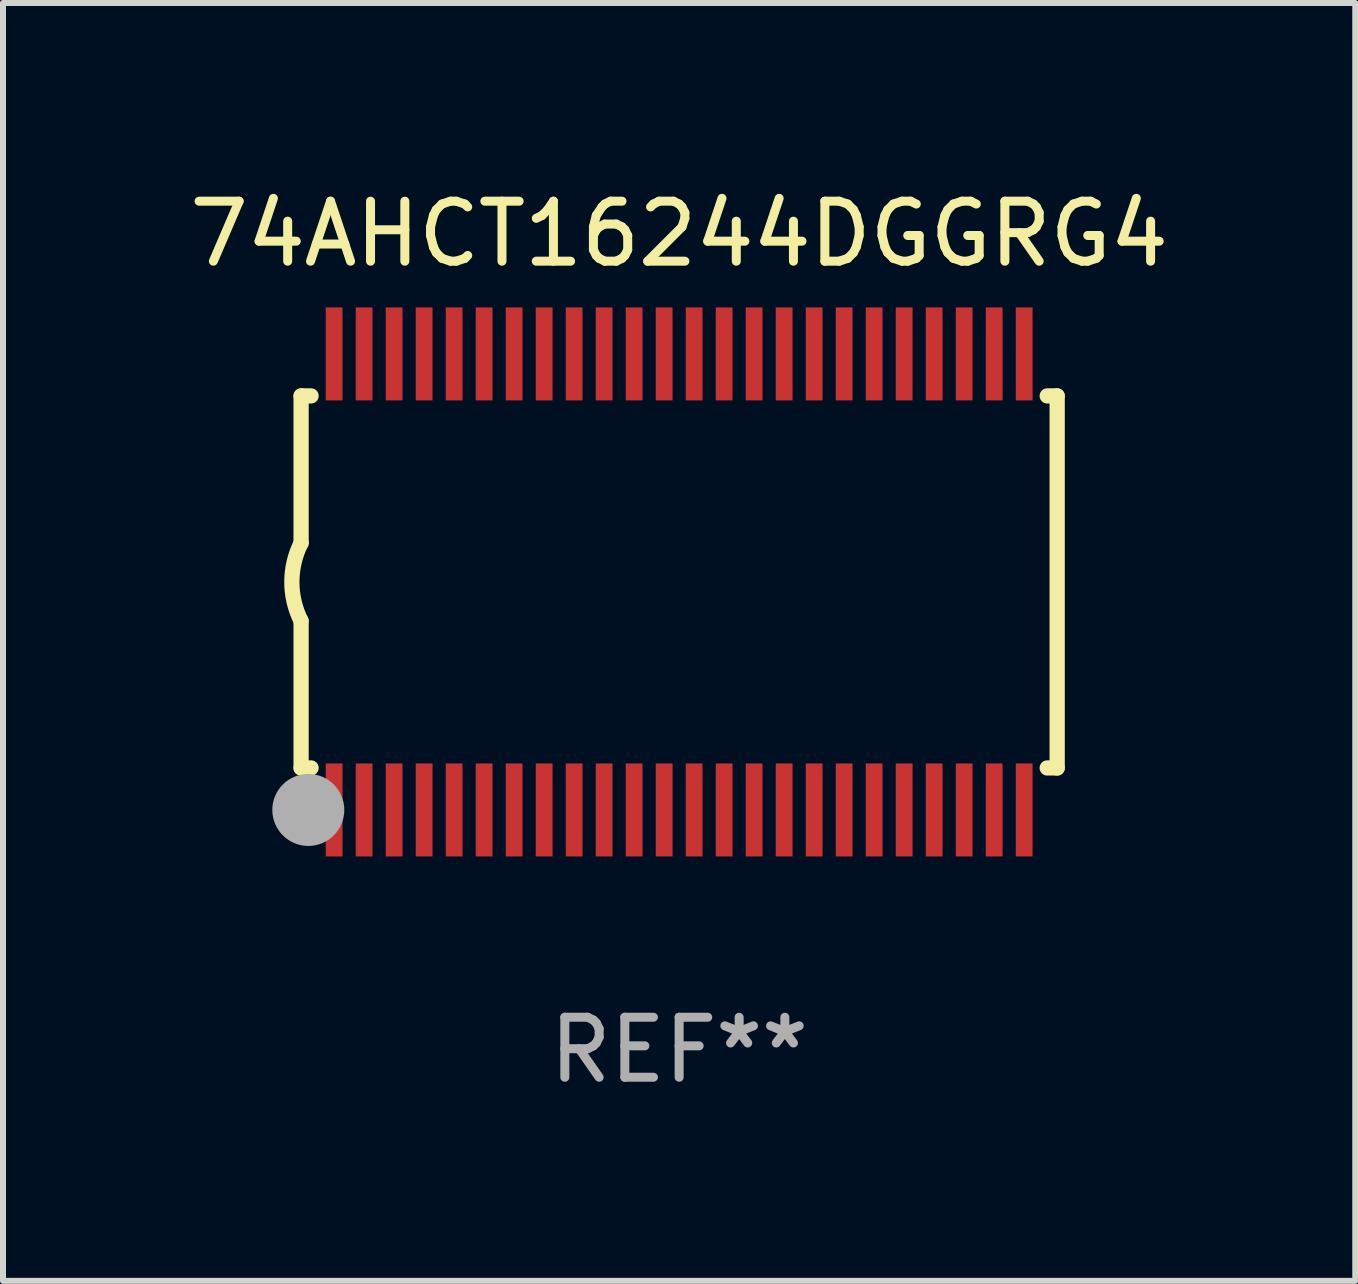
<source format=kicad_pcb>
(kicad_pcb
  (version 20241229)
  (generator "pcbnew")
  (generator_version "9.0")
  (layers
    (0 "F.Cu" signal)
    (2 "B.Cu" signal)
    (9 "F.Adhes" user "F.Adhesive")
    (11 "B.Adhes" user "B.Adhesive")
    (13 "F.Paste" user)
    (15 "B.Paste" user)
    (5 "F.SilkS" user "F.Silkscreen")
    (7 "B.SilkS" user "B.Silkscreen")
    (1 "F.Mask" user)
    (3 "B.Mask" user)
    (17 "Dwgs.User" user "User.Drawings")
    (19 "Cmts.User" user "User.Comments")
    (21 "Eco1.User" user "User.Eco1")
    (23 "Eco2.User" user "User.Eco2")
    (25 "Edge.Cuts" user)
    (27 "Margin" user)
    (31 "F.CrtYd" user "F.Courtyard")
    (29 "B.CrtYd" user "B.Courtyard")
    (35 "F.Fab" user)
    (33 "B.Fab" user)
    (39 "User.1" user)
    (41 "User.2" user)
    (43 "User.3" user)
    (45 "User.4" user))
  (footprint "74AHCT16244DGGRG4"
    (layer "F.Cu")
    (at 8.268 6.648)
    (property "Reference" "74AHCT16244DGGRG4" (at 0 -5.8 0) (layer "F.SilkS") (effects (font (size 1 1) (thickness 0.15))))
    (attr through_hole)
    (fp_line (start -6.3 -3.1) (end -6.3 -0.65) (stroke (width 0.254) (type solid)) (layer "F.SilkS"))
    (fp_line (start -6.3 -3.1) (end -6.134 -3.1) (stroke (width 0.254) (type solid)) (layer "F.SilkS"))
    (fp_line (start -6.3 3.1) (end -6.3 0.65) (stroke (width 0.254) (type solid)) (layer "F.SilkS"))
    (fp_line (start -6.3 3.1) (end -6.134 3.1) (stroke (width 0.254) (type solid)) (layer "F.SilkS"))
    (fp_line (start 6.134 -3.1) (end 6.3 -3.1) (stroke (width 0.254) (type solid)) (layer "F.SilkS"))
    (fp_line (start 6.134 3.1) (end 6.3 3.1) (stroke (width 0.254) (type solid)) (layer "F.SilkS"))
    (fp_line (start 6.3 -3.1) (end 6.3 3.1) (stroke (width 0.254) (type solid)) (layer "F.SilkS"))
    (fp_arc (start -6.301016 0.650114) (mid -6.45413 -0.000082) (end -6.3 -0.650038) (stroke (width 0.254001) (type solid)) (layer "F.SilkS"))
    (fp_circle (center -6.35 3.81) (end -6.223 3.81) (stroke (width 0.254) (type solid)) (fill no) (layer "F.SilkS"))
    (fp_circle (center -6.25 4.05) (end -6.22 4.05) (stroke (width 0.06) (type solid)) (fill no) (layer "F.SilkS"))
    (fp_circle (center -6.18 3.8) (end -5.88 3.8) (stroke (width 0.6) (type solid)) (fill no) (layer "F.Fab"))
    (fp_text user "REF**" (at 0 7.8 0) (layer "F.Fab") (effects (font (size 1 1) (thickness 0.15))))
    (pad "1" smd rect (at -5.75 3.8) (size 0.28 1.55) (layers "F.Cu" "F.Mask" "F.Paste"))
    (pad "2" smd rect (at -5.25 3.8) (size 0.28 1.55) (layers "F.Cu" "F.Mask" "F.Paste"))
    (pad "3" smd rect (at -4.75 3.8) (size 0.28 1.55) (layers "F.Cu" "F.Mask" "F.Paste"))
    (pad "4" smd rect (at -4.25 3.8) (size 0.28 1.55) (layers "F.Cu" "F.Mask" "F.Paste"))
    (pad "5" smd rect (at -3.75 3.8) (size 0.28 1.55) (layers "F.Cu" "F.Mask" "F.Paste"))
    (pad "6" smd rect (at -3.25 3.8) (size 0.28 1.55) (layers "F.Cu" "F.Mask" "F.Paste"))
    (pad "7" smd rect (at -2.75 3.8) (size 0.28 1.55) (layers "F.Cu" "F.Mask" "F.Paste"))
    (pad "8" smd rect (at -2.25 3.8) (size 0.28 1.55) (layers "F.Cu" "F.Mask" "F.Paste"))
    (pad "9" smd rect (at -1.75 3.8) (size 0.28 1.55) (layers "F.Cu" "F.Mask" "F.Paste"))
    (pad "10" smd rect (at -1.25 3.8) (size 0.28 1.55) (layers "F.Cu" "F.Mask" "F.Paste"))
    (pad "11" smd rect (at -0.75 3.8) (size 0.28 1.55) (layers "F.Cu" "F.Mask" "F.Paste"))
    (pad "12" smd rect (at -0.25 3.8) (size 0.28 1.55) (layers "F.Cu" "F.Mask" "F.Paste"))
    (pad "13" smd rect (at 0.25 3.8) (size 0.28 1.55) (layers "F.Cu" "F.Mask" "F.Paste"))
    (pad "14" smd rect (at 0.75 3.8) (size 0.28 1.55) (layers "F.Cu" "F.Mask" "F.Paste"))
    (pad "15" smd rect (at 1.25 3.8) (size 0.28 1.55) (layers "F.Cu" "F.Mask" "F.Paste"))
    (pad "16" smd rect (at 1.75 3.8) (size 0.28 1.55) (layers "F.Cu" "F.Mask" "F.Paste"))
    (pad "17" smd rect (at 2.25 3.8) (size 0.28 1.55) (layers "F.Cu" "F.Mask" "F.Paste"))
    (pad "18" smd rect (at 2.75 3.8) (size 0.28 1.55) (layers "F.Cu" "F.Mask" "F.Paste"))
    (pad "19" smd rect (at 3.25 3.8) (size 0.28 1.55) (layers "F.Cu" "F.Mask" "F.Paste"))
    (pad "20" smd rect (at 3.75 3.8) (size 0.28 1.55) (layers "F.Cu" "F.Mask" "F.Paste"))
    (pad "21" smd rect (at 4.25 3.8) (size 0.28 1.55) (layers "F.Cu" "F.Mask" "F.Paste"))
    (pad "22" smd rect (at 4.75 3.8) (size 0.28 1.55) (layers "F.Cu" "F.Mask" "F.Paste"))
    (pad "23" smd rect (at 5.25 3.8) (size 0.28 1.55) (layers "F.Cu" "F.Mask" "F.Paste"))
    (pad "24" smd rect (at 5.75 3.8) (size 0.28 1.55) (layers "F.Cu" "F.Mask" "F.Paste"))
    (pad "25" smd rect (at 5.75 -3.8) (size 0.28 1.55) (layers "F.Cu" "F.Mask" "F.Paste"))
    (pad "26" smd rect (at 5.25 -3.8) (size 0.28 1.55) (layers "F.Cu" "F.Mask" "F.Paste"))
    (pad "27" smd rect (at 4.75 -3.8) (size 0.28 1.55) (layers "F.Cu" "F.Mask" "F.Paste"))
    (pad "28" smd rect (at 4.25 -3.8) (size 0.28 1.55) (layers "F.Cu" "F.Mask" "F.Paste"))
    (pad "29" smd rect (at 3.75 -3.8) (size 0.28 1.55) (layers "F.Cu" "F.Mask" "F.Paste"))
    (pad "30" smd rect (at 3.25 -3.8) (size 0.28 1.55) (layers "F.Cu" "F.Mask" "F.Paste"))
    (pad "31" smd rect (at 2.75 -3.8) (size 0.28 1.55) (layers "F.Cu" "F.Mask" "F.Paste"))
    (pad "32" smd rect (at 2.25 -3.8) (size 0.28 1.55) (layers "F.Cu" "F.Mask" "F.Paste"))
    (pad "33" smd rect (at 1.75 -3.8) (size 0.28 1.55) (layers "F.Cu" "F.Mask" "F.Paste"))
    (pad "34" smd rect (at 1.25 -3.8) (size 0.28 1.55) (layers "F.Cu" "F.Mask" "F.Paste"))
    (pad "35" smd rect (at 0.75 -3.8) (size 0.28 1.55) (layers "F.Cu" "F.Mask" "F.Paste"))
    (pad "36" smd rect (at 0.25 -3.8) (size 0.28 1.55) (layers "F.Cu" "F.Mask" "F.Paste"))
    (pad "37" smd rect (at -0.25 -3.8) (size 0.28 1.55) (layers "F.Cu" "F.Mask" "F.Paste"))
    (pad "38" smd rect (at -0.75 -3.8) (size 0.28 1.55) (layers "F.Cu" "F.Mask" "F.Paste"))
    (pad "39" smd rect (at -1.25 -3.8) (size 0.28 1.55) (layers "F.Cu" "F.Mask" "F.Paste"))
    (pad "40" smd rect (at -1.75 -3.8) (size 0.28 1.55) (layers "F.Cu" "F.Mask" "F.Paste"))
    (pad "41" smd rect (at -2.25 -3.8) (size 0.28 1.55) (layers "F.Cu" "F.Mask" "F.Paste"))
    (pad "42" smd rect (at -2.75 -3.8) (size 0.28 1.55) (layers "F.Cu" "F.Mask" "F.Paste"))
    (pad "43" smd rect (at -3.25 -3.8) (size 0.28 1.55) (layers "F.Cu" "F.Mask" "F.Paste"))
    (pad "44" smd rect (at -3.75 -3.8) (size 0.28 1.55) (layers "F.Cu" "F.Mask" "F.Paste"))
    (pad "45" smd rect (at -4.25 -3.8) (size 0.28 1.55) (layers "F.Cu" "F.Mask" "F.Paste"))
    (pad "46" smd rect (at -4.75 -3.8) (size 0.28 1.55) (layers "F.Cu" "F.Mask" "F.Paste"))
    (pad "47" smd rect (at -5.25 -3.8) (size 0.28 1.55) (layers "F.Cu" "F.Mask" "F.Paste"))
    (pad "48" smd rect (at -5.75 -3.8) (size 0.28 1.55) (layers "F.Cu" "F.Mask" "F.Paste")))
  (gr_rect
    (start -3 -3)
    (end 19.536 18.296)
    (stroke (width 0.1) (type default))
    (fill no)
    (layer "Edge.Cuts")))
</source>
